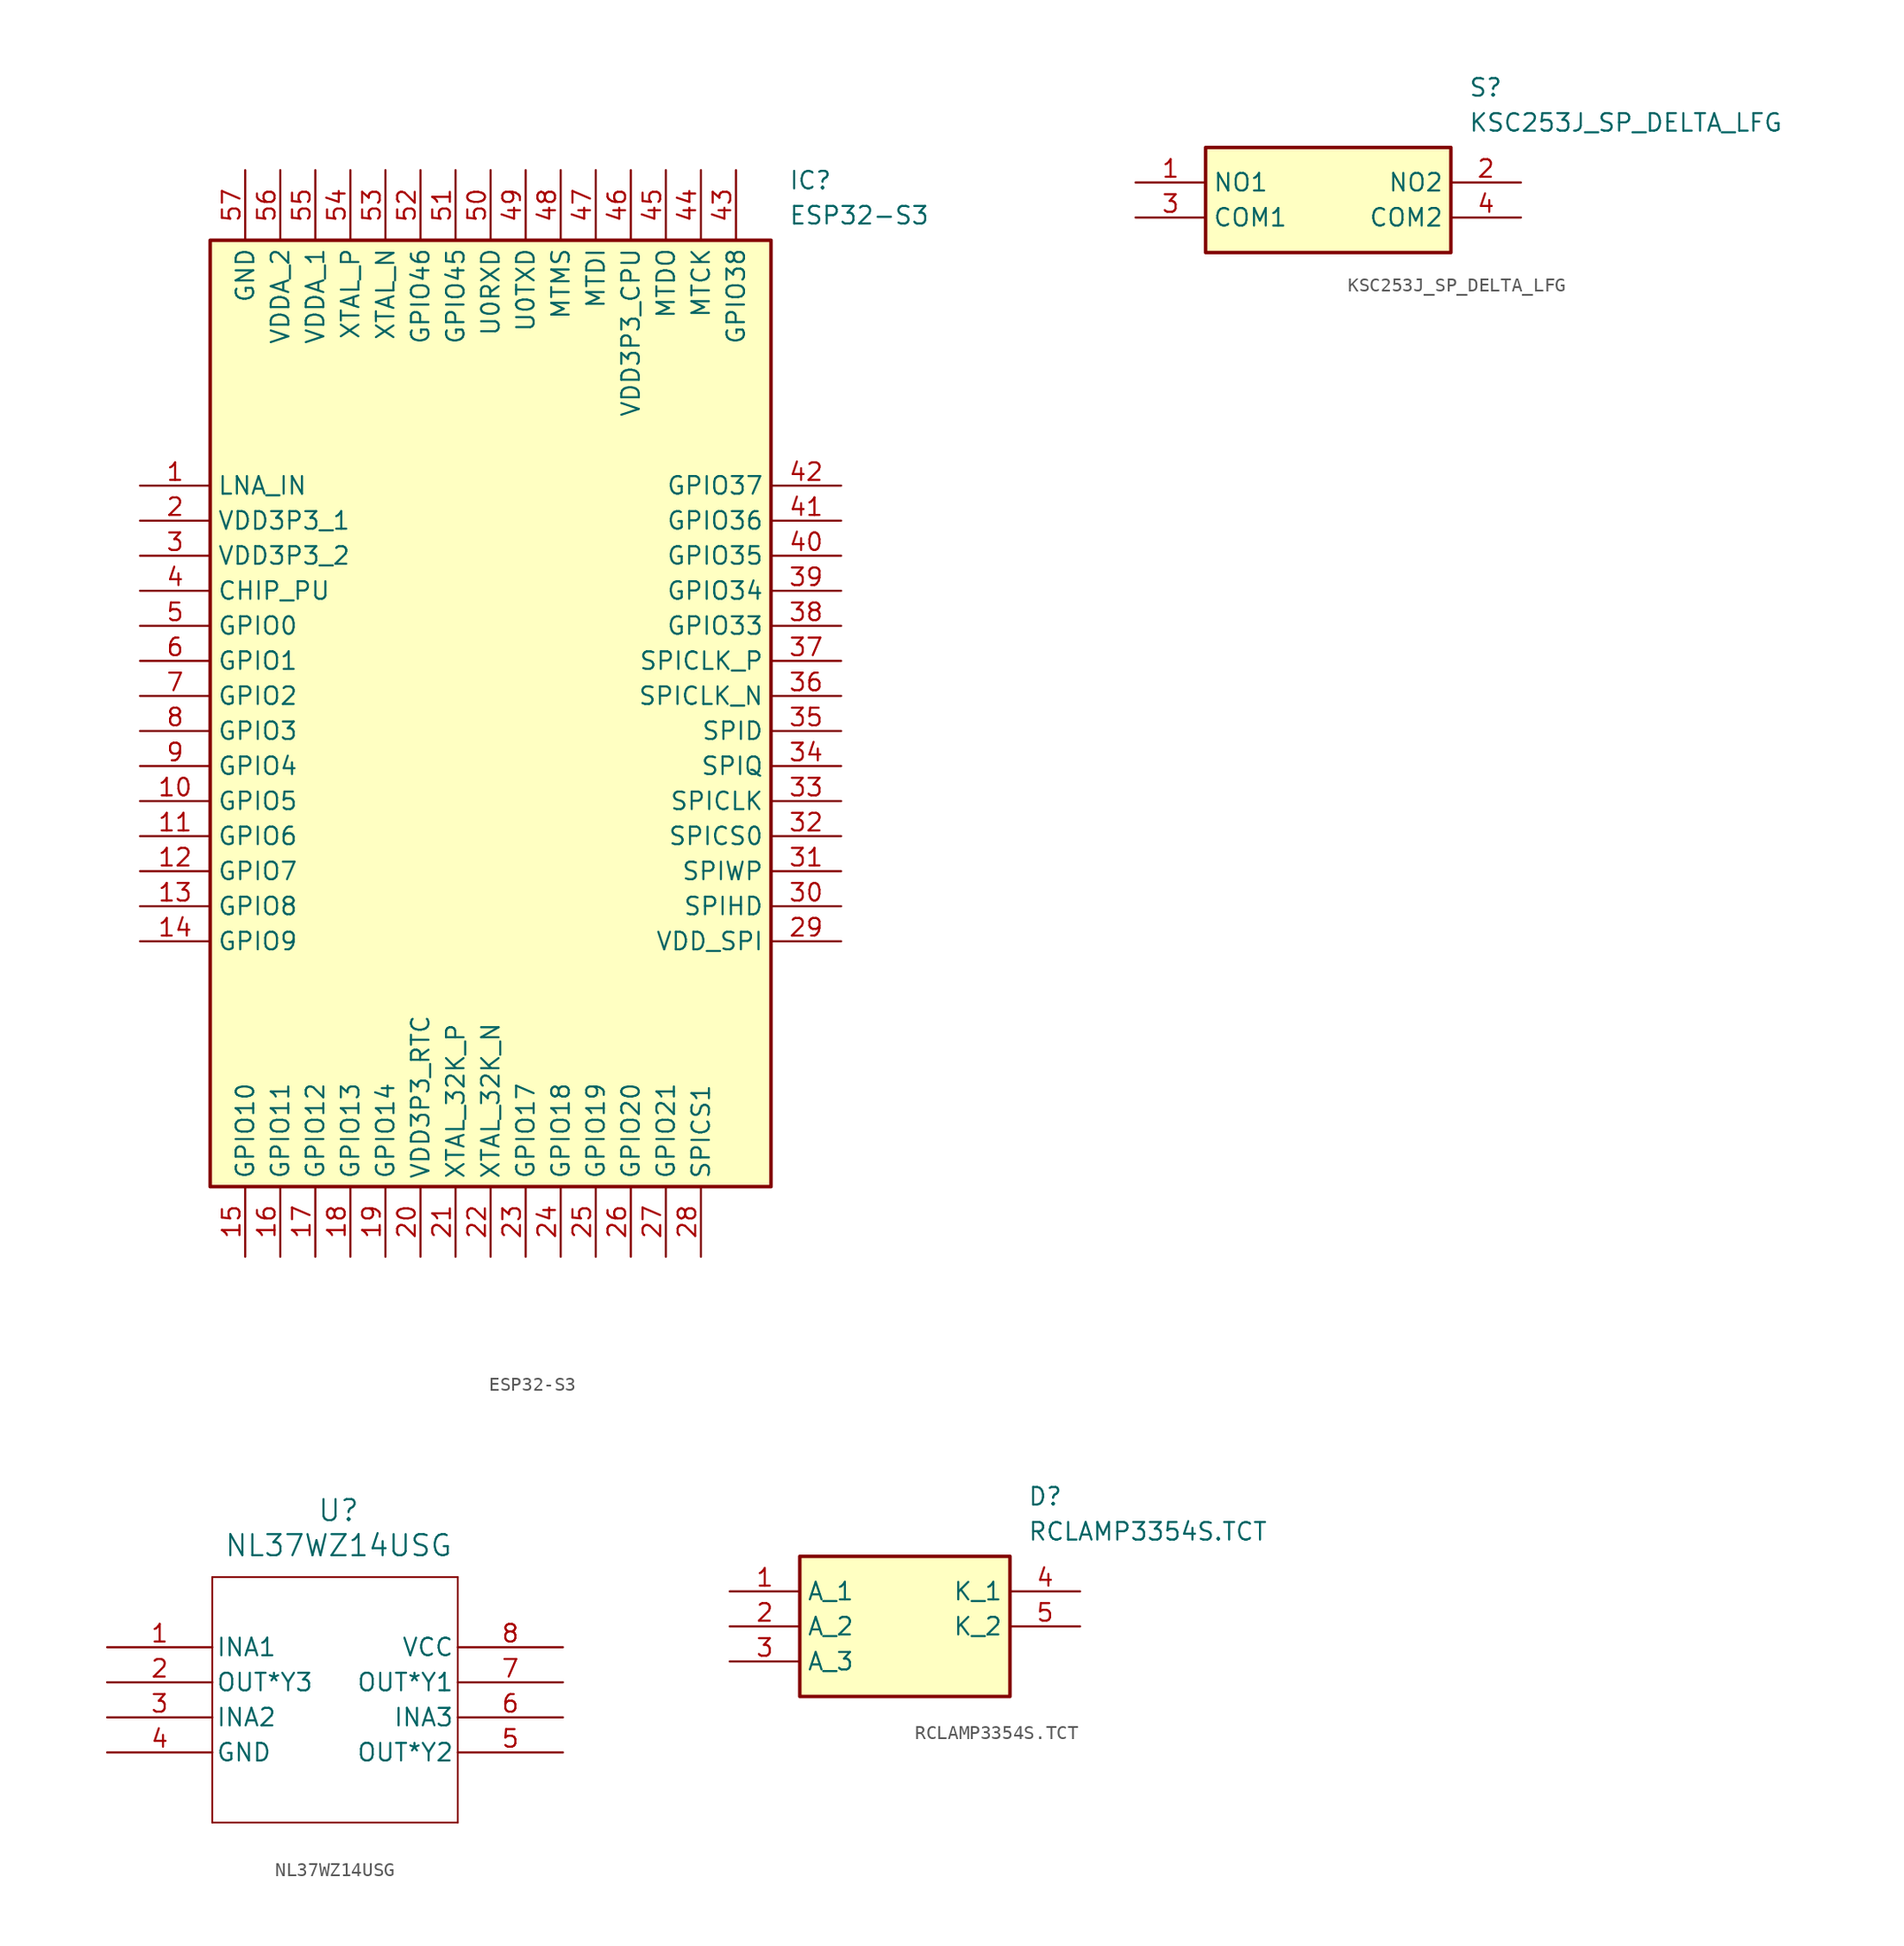
<source format=kicad_sym>
(kicad_symbol_lib
  (version 20241209)
  (generator "kicad_symbol_editor")
  (generator_version "9.0")
  (symbol "ESP32-S3"
    (property "Reference" "IC"
      (at 46.99 22.86 0)
      (effects (font (size 1.27 1.27)) (justify left top)))
    (property "Value" "ESP32-S3"
      (at 46.99 20.32 0)
      (effects (font (size 1.27 1.27)) (justify left top)))
    (symbol "ESP32-S3_1_1"
      (rectangle (start 5.08 17.78) (end 45.72 -50.8) (stroke (width 0.254) (type default)) (fill (type background)))
      (pin passive line (at 0 0 0) (length 5.08) (name "LNA_IN" (effects (font (size 1.27 1.27)))) (number "1" (effects (font (size 1.27 1.27)))))
      (pin passive line (at 0 -2.54 0) (length 5.08) (name "VDD3P3_1" (effects (font (size 1.27 1.27)))) (number "2" (effects (font (size 1.27 1.27)))))
      (pin passive line (at 0 -5.08 0) (length 5.08) (name "VDD3P3_2" (effects (font (size 1.27 1.27)))) (number "3" (effects (font (size 1.27 1.27)))))
      (pin passive line (at 0 -7.62 0) (length 5.08) (name "CHIP_PU" (effects (font (size 1.27 1.27)))) (number "4" (effects (font (size 1.27 1.27)))))
      (pin passive line (at 0 -10.16 0) (length 5.08) (name "GPIO0" (effects (font (size 1.27 1.27)))) (number "5" (effects (font (size 1.27 1.27)))))
      (pin passive line (at 0 -12.7 0) (length 5.08) (name "GPIO1" (effects (font (size 1.27 1.27)))) (number "6" (effects (font (size 1.27 1.27)))))
      (pin passive line (at 0 -15.24 0) (length 5.08) (name "GPIO2" (effects (font (size 1.27 1.27)))) (number "7" (effects (font (size 1.27 1.27)))))
      (pin passive line (at 0 -17.78 0) (length 5.08) (name "GPIO3" (effects (font (size 1.27 1.27)))) (number "8" (effects (font (size 1.27 1.27)))))
      (pin passive line (at 0 -20.32 0) (length 5.08) (name "GPIO4" (effects (font (size 1.27 1.27)))) (number "9" (effects (font (size 1.27 1.27)))))
      (pin passive line (at 0 -22.86 0) (length 5.08) (name "GPIO5" (effects (font (size 1.27 1.27)))) (number "10" (effects (font (size 1.27 1.27)))))
      (pin passive line (at 0 -25.4 0) (length 5.08) (name "GPIO6" (effects (font (size 1.27 1.27)))) (number "11" (effects (font (size 1.27 1.27)))))
      (pin passive line (at 0 -27.94 0) (length 5.08) (name "GPIO7" (effects (font (size 1.27 1.27)))) (number "12" (effects (font (size 1.27 1.27)))))
      (pin passive line (at 0 -30.48 0) (length 5.08) (name "GPIO8" (effects (font (size 1.27 1.27)))) (number "13" (effects (font (size 1.27 1.27)))))
      (pin passive line (at 0 -33.02 0) (length 5.08) (name "GPIO9" (effects (font (size 1.27 1.27)))) (number "14" (effects (font (size 1.27 1.27)))))
      (pin passive line (at 7.62 22.86 270) (length 5.08) (name "GND" (effects (font (size 1.27 1.27)))) (number "57" (effects (font (size 1.27 1.27)))))
      (pin passive line (at 7.62 -55.88 90) (length 5.08) (name "GPIO10" (effects (font (size 1.27 1.27)))) (number "15" (effects (font (size 1.27 1.27)))))
      (pin passive line (at 10.16 22.86 270) (length 5.08) (name "VDDA_2" (effects (font (size 1.27 1.27)))) (number "56" (effects (font (size 1.27 1.27)))))
      (pin passive line (at 10.16 -55.88 90) (length 5.08) (name "GPIO11" (effects (font (size 1.27 1.27)))) (number "16" (effects (font (size 1.27 1.27)))))
      (pin passive line (at 12.7 22.86 270) (length 5.08) (name "VDDA_1" (effects (font (size 1.27 1.27)))) (number "55" (effects (font (size 1.27 1.27)))))
      (pin passive line (at 12.7 -55.88 90) (length 5.08) (name "GPIO12" (effects (font (size 1.27 1.27)))) (number "17" (effects (font (size 1.27 1.27)))))
      (pin passive line (at 15.24 22.86 270) (length 5.08) (name "XTAL_P" (effects (font (size 1.27 1.27)))) (number "54" (effects (font (size 1.27 1.27)))))
      (pin passive line (at 15.24 -55.88 90) (length 5.08) (name "GPIO13" (effects (font (size 1.27 1.27)))) (number "18" (effects (font (size 1.27 1.27)))))
      (pin passive line (at 17.78 22.86 270) (length 5.08) (name "XTAL_N" (effects (font (size 1.27 1.27)))) (number "53" (effects (font (size 1.27 1.27)))))
      (pin passive line (at 17.78 -55.88 90) (length 5.08) (name "GPIO14" (effects (font (size 1.27 1.27)))) (number "19" (effects (font (size 1.27 1.27)))))
      (pin passive line (at 20.32 22.86 270) (length 5.08) (name "GPIO46" (effects (font (size 1.27 1.27)))) (number "52" (effects (font (size 1.27 1.27)))))
      (pin passive line (at 20.32 -55.88 90) (length 5.08) (name "VDD3P3_RTC" (effects (font (size 1.27 1.27)))) (number "20" (effects (font (size 1.27 1.27)))))
      (pin passive line (at 22.86 22.86 270) (length 5.08) (name "GPIO45" (effects (font (size 1.27 1.27)))) (number "51" (effects (font (size 1.27 1.27)))))
      (pin passive line (at 22.86 -55.88 90) (length 5.08) (name "XTAL_32K_P" (effects (font (size 1.27 1.27)))) (number "21" (effects (font (size 1.27 1.27)))))
      (pin passive line (at 25.4 22.86 270) (length 5.08) (name "U0RXD" (effects (font (size 1.27 1.27)))) (number "50" (effects (font (size 1.27 1.27)))))
      (pin passive line (at 25.4 -55.88 90) (length 5.08) (name "XTAL_32K_N" (effects (font (size 1.27 1.27)))) (number "22" (effects (font (size 1.27 1.27)))))
      (pin passive line (at 27.94 22.86 270) (length 5.08) (name "U0TXD" (effects (font (size 1.27 1.27)))) (number "49" (effects (font (size 1.27 1.27)))))
      (pin passive line (at 27.94 -55.88 90) (length 5.08) (name "GPIO17" (effects (font (size 1.27 1.27)))) (number "23" (effects (font (size 1.27 1.27)))))
      (pin passive line (at 30.48 22.86 270) (length 5.08) (name "MTMS" (effects (font (size 1.27 1.27)))) (number "48" (effects (font (size 1.27 1.27)))))
      (pin passive line (at 30.48 -55.88 90) (length 5.08) (name "GPIO18" (effects (font (size 1.27 1.27)))) (number "24" (effects (font (size 1.27 1.27)))))
      (pin passive line (at 33.02 22.86 270) (length 5.08) (name "MTDI" (effects (font (size 1.27 1.27)))) (number "47" (effects (font (size 1.27 1.27)))))
      (pin passive line (at 33.02 -55.88 90) (length 5.08) (name "GPIO19" (effects (font (size 1.27 1.27)))) (number "25" (effects (font (size 1.27 1.27)))))
      (pin passive line (at 35.56 22.86 270) (length 5.08) (name "VDD3P3_CPU" (effects (font (size 1.27 1.27)))) (number "46" (effects (font (size 1.27 1.27)))))
      (pin passive line (at 35.56 -55.88 90) (length 5.08) (name "GPIO20" (effects (font (size 1.27 1.27)))) (number "26" (effects (font (size 1.27 1.27)))))
      (pin passive line (at 38.1 22.86 270) (length 5.08) (name "MTDO" (effects (font (size 1.27 1.27)))) (number "45" (effects (font (size 1.27 1.27)))))
      (pin passive line (at 38.1 -55.88 90) (length 5.08) (name "GPIO21" (effects (font (size 1.27 1.27)))) (number "27" (effects (font (size 1.27 1.27)))))
      (pin passive line (at 40.64 22.86 270) (length 5.08) (name "MTCK" (effects (font (size 1.27 1.27)))) (number "44" (effects (font (size 1.27 1.27)))))
      (pin passive line (at 40.64 -55.88 90) (length 5.08) (name "SPICS1" (effects (font (size 1.27 1.27)))) (number "28" (effects (font (size 1.27 1.27)))))
      (pin passive line (at 43.18 22.86 270) (length 5.08) (name "GPIO38" (effects (font (size 1.27 1.27)))) (number "43" (effects (font (size 1.27 1.27)))))
      (pin passive line (at 50.8 0 180) (length 5.08) (name "GPIO37" (effects (font (size 1.27 1.27)))) (number "42" (effects (font (size 1.27 1.27)))))
      (pin passive line (at 50.8 -2.54 180) (length 5.08) (name "GPIO36" (effects (font (size 1.27 1.27)))) (number "41" (effects (font (size 1.27 1.27)))))
      (pin passive line (at 50.8 -5.08 180) (length 5.08) (name "GPIO35" (effects (font (size 1.27 1.27)))) (number "40" (effects (font (size 1.27 1.27)))))
      (pin passive line (at 50.8 -7.62 180) (length 5.08) (name "GPIO34" (effects (font (size 1.27 1.27)))) (number "39" (effects (font (size 1.27 1.27)))))
      (pin passive line (at 50.8 -10.16 180) (length 5.08) (name "GPIO33" (effects (font (size 1.27 1.27)))) (number "38" (effects (font (size 1.27 1.27)))))
      (pin passive line (at 50.8 -12.7 180) (length 5.08) (name "SPICLK_P" (effects (font (size 1.27 1.27)))) (number "37" (effects (font (size 1.27 1.27)))))
      (pin passive line (at 50.8 -15.24 180) (length 5.08) (name "SPICLK_N" (effects (font (size 1.27 1.27)))) (number "36" (effects (font (size 1.27 1.27)))))
      (pin passive line (at 50.8 -17.78 180) (length 5.08) (name "SPID" (effects (font (size 1.27 1.27)))) (number "35" (effects (font (size 1.27 1.27)))))
      (pin passive line (at 50.8 -20.32 180) (length 5.08) (name "SPIQ" (effects (font (size 1.27 1.27)))) (number "34" (effects (font (size 1.27 1.27)))))
      (pin passive line (at 50.8 -22.86 180) (length 5.08) (name "SPICLK" (effects (font (size 1.27 1.27)))) (number "33" (effects (font (size 1.27 1.27)))))
      (pin passive line (at 50.8 -25.4 180) (length 5.08) (name "SPICS0" (effects (font (size 1.27 1.27)))) (number "32" (effects (font (size 1.27 1.27)))))
      (pin passive line (at 50.8 -27.94 180) (length 5.08) (name "SPIWP" (effects (font (size 1.27 1.27)))) (number "31" (effects (font (size 1.27 1.27)))))
      (pin passive line (at 50.8 -30.48 180) (length 5.08) (name "SPIHD" (effects (font (size 1.27 1.27)))) (number "30" (effects (font (size 1.27 1.27)))))
      (pin passive line (at 50.8 -33.02 180) (length 5.08) (name "VDD_SPI" (effects (font (size 1.27 1.27)))) (number "29" (effects (font (size 1.27 1.27)))))))
  (symbol "KSC253J_SP_DELTA_LFG"
    (property "Reference" "S"
      (at 24.13 7.62 0)
      (effects (font (size 1.27 1.27)) (justify left top)))
    (property "Value" "KSC253J_SP_DELTA_LFG"
      (at 24.13 5.08 0)
      (effects (font (size 1.27 1.27)) (justify left top)))
    (symbol "KSC253J_SP_DELTA_LFG_1_1"
      (rectangle (start 5.08 2.54) (end 22.86 -5.08) (stroke (width 0.254) (type default)) (fill (type background)))
      (pin passive line (at 0 0 0) (length 5.08) (name "NO1" (effects (font (size 1.27 1.27)))) (number "1" (effects (font (size 1.27 1.27)))))
      (pin passive line (at 0 -2.54 0) (length 5.08) (name "COM1" (effects (font (size 1.27 1.27)))) (number "3" (effects (font (size 1.27 1.27)))))
      (pin passive line (at 27.94 0 180) (length 5.08) (name "NO2" (effects (font (size 1.27 1.27)))) (number "2" (effects (font (size 1.27 1.27)))))
      (pin passive line (at 27.94 -2.54 180) (length 5.08) (name "COM2" (effects (font (size 1.27 1.27)))) (number "4" (effects (font (size 1.27 1.27)))))))
  (symbol "NL37WZ14USG"
    (pin_names
      (offset 0.254))
    (property "Reference" "U"
      (at 16.764 9.906 0)
      (effects (font (size 1.524 1.524))))
    (property "Value" "NL37WZ14USG"
      (at 16.764 7.366 0)
      (effects (font (size 1.524 1.524))))
    (property "ki_locked" ""
      (at 0 0 0)
      (effects (font (size 1.27 1.27))))
    (symbol "NL37WZ14USG_0_1"
      (polyline (pts (xy 7.62 5.08) (xy 7.62 -12.7)) (stroke (width 0.127) (type default)) (fill (type none)))
      (polyline (pts (xy 7.62 -12.7) (xy 25.4 -12.7)) (stroke (width 0.127) (type default)) (fill (type none)))
      (polyline (pts (xy 25.4 5.08) (xy 7.62 5.08)) (stroke (width 0.127) (type default)) (fill (type none)))
      (polyline (pts (xy 25.4 -12.7) (xy 25.4 5.08)) (stroke (width 0.127) (type default)) (fill (type none)))
      (pin input line (at 0 0 0) (length 7.62) (name "INA1" (effects (font (size 1.27 1.27)))) (number "1" (effects (font (size 1.27 1.27)))))
      (pin output line (at 0 -2.54 0) (length 7.62) (name "OUT*Y3" (effects (font (size 1.27 1.27)))) (number "2" (effects (font (size 1.27 1.27)))))
      (pin input line (at 0 -5.08 0) (length 7.62) (name "INA2" (effects (font (size 1.27 1.27)))) (number "3" (effects (font (size 1.27 1.27)))))
      (pin power_in line (at 0 -7.62 0) (length 7.62) (name "GND" (effects (font (size 1.27 1.27)))) (number "4" (effects (font (size 1.27 1.27)))))
      (pin power_in line (at 33.02 0 180) (length 7.62) (name "VCC" (effects (font (size 1.27 1.27)))) (number "8" (effects (font (size 1.27 1.27)))))
      (pin output line (at 33.02 -2.54 180) (length 7.62) (name "OUT*Y1" (effects (font (size 1.27 1.27)))) (number "7" (effects (font (size 1.27 1.27)))))
      (pin input line (at 33.02 -5.08 180) (length 7.62) (name "INA3" (effects (font (size 1.27 1.27)))) (number "6" (effects (font (size 1.27 1.27)))))
      (pin output line (at 33.02 -7.62 180) (length 7.62) (name "OUT*Y2" (effects (font (size 1.27 1.27)))) (number "5" (effects (font (size 1.27 1.27)))))))
  (symbol "RCLAMP3354S.TCT"
    (property "Reference" "D"
      (at 21.59 7.62 0)
      (effects (font (size 1.27 1.27)) (justify left top)))
    (property "Value" "RCLAMP3354S.TCT"
      (at 21.59 5.08 0)
      (effects (font (size 1.27 1.27)) (justify left top)))
    (symbol "RCLAMP3354S.TCT_1_1"
      (rectangle (start 5.08 2.54) (end 20.32 -7.62) (stroke (width 0.254) (type default)) (fill (type background)))
      (pin passive line (at 0 0 0) (length 5.08) (name "A_1" (effects (font (size 1.27 1.27)))) (number "1" (effects (font (size 1.27 1.27)))))
      (pin passive line (at 0 -2.54 0) (length 5.08) (name "A_2" (effects (font (size 1.27 1.27)))) (number "2" (effects (font (size 1.27 1.27)))))
      (pin passive line (at 0 -5.08 0) (length 5.08) (name "A_3" (effects (font (size 1.27 1.27)))) (number "3" (effects (font (size 1.27 1.27)))))
      (pin passive line (at 25.4 0 180) (length 5.08) (name "K_1" (effects (font (size 1.27 1.27)))) (number "4" (effects (font (size 1.27 1.27)))))
      (pin passive line (at 25.4 -2.54 180) (length 5.08) (name "K_2" (effects (font (size 1.27 1.27)))) (number "5" (effects (font (size 1.27 1.27))))))))
</source>
